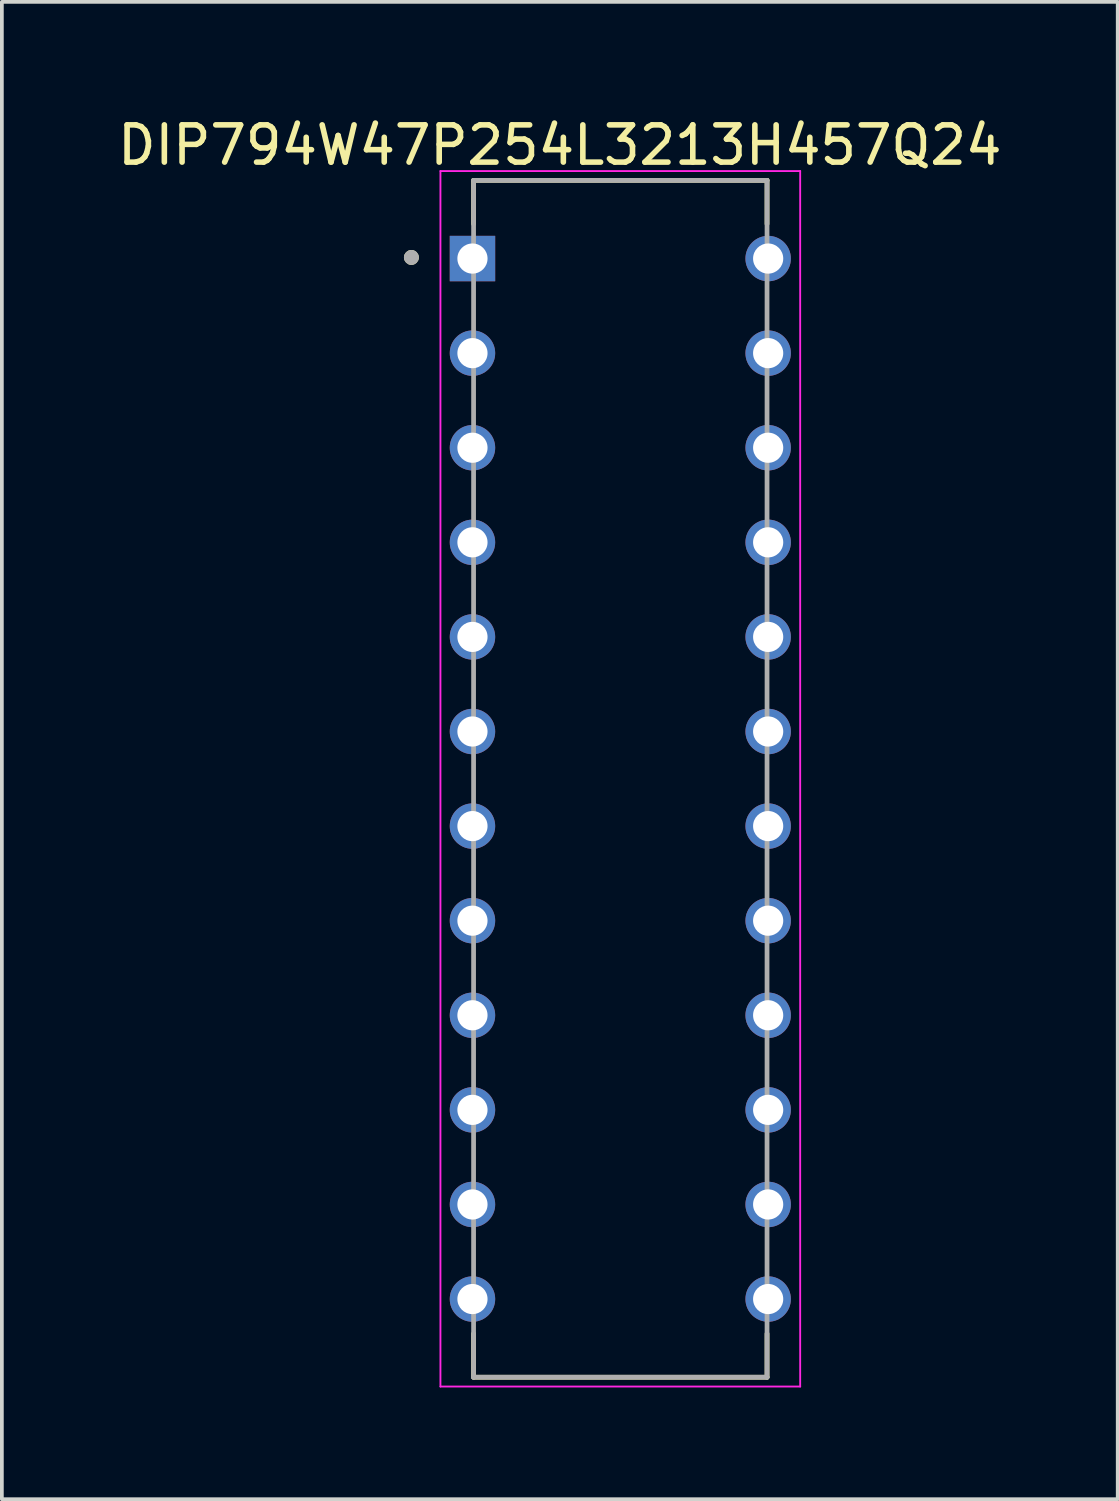
<source format=kicad_pcb>
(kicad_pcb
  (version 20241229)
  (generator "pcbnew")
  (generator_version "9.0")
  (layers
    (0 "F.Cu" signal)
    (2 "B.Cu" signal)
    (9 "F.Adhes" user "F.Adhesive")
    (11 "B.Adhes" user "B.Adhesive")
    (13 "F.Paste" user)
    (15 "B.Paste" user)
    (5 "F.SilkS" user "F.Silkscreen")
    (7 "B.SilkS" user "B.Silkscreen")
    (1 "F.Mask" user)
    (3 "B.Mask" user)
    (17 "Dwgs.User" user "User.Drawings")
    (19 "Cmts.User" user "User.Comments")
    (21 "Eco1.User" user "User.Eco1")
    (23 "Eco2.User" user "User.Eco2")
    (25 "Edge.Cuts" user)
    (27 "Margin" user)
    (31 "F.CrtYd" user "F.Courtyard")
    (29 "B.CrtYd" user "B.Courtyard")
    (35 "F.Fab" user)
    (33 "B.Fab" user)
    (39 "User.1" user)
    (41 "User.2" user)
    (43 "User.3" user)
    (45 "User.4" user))
  (footprint "DIP794W47P254L3213H457Q24"
    (layer "F.Cu")
    (at 13.607 17.863)
    (property "Reference" "DIP794W47P254L3213H457Q24" (at -1.625 -17.015 0) (layer "F.SilkS") (effects (font (size 1 1) (thickness 0.15))))
    (attr through_hole)
    (fp_line (start -3.94 -16.07) (end 3.94 -16.07) (stroke (width 0.127) (type solid)) (layer "F.SilkS"))
    (fp_line (start -3.94 -14.9) (end -3.94 -16.07) (stroke (width 0.127) (type solid)) (layer "F.SilkS"))
    (fp_line (start -3.94 16.07) (end -3.94 14.9) (stroke (width 0.127) (type solid)) (layer "F.SilkS"))
    (fp_line (start 3.94 -16.07) (end 3.94 -14.9) (stroke (width 0.127) (type solid)) (layer "F.SilkS"))
    (fp_line (start 3.94 14.9) (end 3.94 16.07) (stroke (width 0.127) (type solid)) (layer "F.SilkS"))
    (fp_line (start 3.94 16.07) (end -3.94 16.07) (stroke (width 0.127) (type solid)) (layer "F.SilkS"))
    (fp_circle (center -5.61 -14) (end -5.51 -14) (stroke (width 0.2) (type solid)) (fill no) (layer "F.SilkS"))
    (fp_line (start -4.83 -16.32) (end 4.83 -16.32) (stroke (width 0.05) (type solid)) (layer "F.CrtYd"))
    (fp_line (start -4.83 16.32) (end -4.83 -16.32) (stroke (width 0.05) (type solid)) (layer "F.CrtYd"))
    (fp_line (start 4.83 -16.32) (end 4.83 16.32) (stroke (width 0.05) (type solid)) (layer "F.CrtYd"))
    (fp_line (start 4.83 16.32) (end -4.83 16.32) (stroke (width 0.05) (type solid)) (layer "F.CrtYd"))
    (fp_line (start -3.94 -16.07) (end -3.94 16.07) (stroke (width 0.127) (type solid)) (layer "F.Fab"))
    (fp_line (start -3.94 16.07) (end 3.94 16.07) (stroke (width 0.127) (type solid)) (layer "F.Fab"))
    (fp_line (start 3.94 -16.07) (end -3.94 -16.07) (stroke (width 0.127) (type solid)) (layer "F.Fab"))
    (fp_line (start 3.94 16.07) (end 3.94 -16.07) (stroke (width 0.127) (type solid)) (layer "F.Fab"))
    (fp_circle (center -5.61 -14) (end -5.51 -14) (stroke (width 0.2) (type solid)) (fill no) (layer "F.Fab"))
    (pad "1" thru_hole rect (at -3.97 -13.97) (size 1.22 1.22) (drill 0.81) (layers "*.Cu" "*.Mask"))
    (pad "2" thru_hole circle (at -3.97 -11.43) (size 1.22 1.22) (drill 0.81) (layers "*.Cu" "*.Mask"))
    (pad "3" thru_hole circle (at -3.97 -8.89) (size 1.22 1.22) (drill 0.81) (layers "*.Cu" "*.Mask"))
    (pad "4" thru_hole circle (at -3.97 -6.35) (size 1.22 1.22) (drill 0.81) (layers "*.Cu" "*.Mask"))
    (pad "5" thru_hole circle (at -3.97 -3.81) (size 1.22 1.22) (drill 0.81) (layers "*.Cu" "*.Mask"))
    (pad "6" thru_hole circle (at -3.97 -1.27) (size 1.22 1.22) (drill 0.81) (layers "*.Cu" "*.Mask"))
    (pad "7" thru_hole circle (at -3.97 1.27) (size 1.22 1.22) (drill 0.81) (layers "*.Cu" "*.Mask"))
    (pad "8" thru_hole circle (at -3.97 3.81) (size 1.22 1.22) (drill 0.81) (layers "*.Cu" "*.Mask"))
    (pad "9" thru_hole circle (at -3.97 6.35) (size 1.22 1.22) (drill 0.81) (layers "*.Cu" "*.Mask"))
    (pad "10" thru_hole circle (at -3.97 8.89) (size 1.22 1.22) (drill 0.81) (layers "*.Cu" "*.Mask"))
    (pad "11" thru_hole circle (at -3.97 11.43) (size 1.22 1.22) (drill 0.81) (layers "*.Cu" "*.Mask"))
    (pad "12" thru_hole circle (at -3.97 13.97) (size 1.22 1.22) (drill 0.81) (layers "*.Cu" "*.Mask"))
    (pad "13" thru_hole circle (at 3.97 13.97) (size 1.22 1.22) (drill 0.81) (layers "*.Cu" "*.Mask"))
    (pad "14" thru_hole circle (at 3.97 11.43) (size 1.22 1.22) (drill 0.81) (layers "*.Cu" "*.Mask"))
    (pad "15" thru_hole circle (at 3.97 8.89) (size 1.22 1.22) (drill 0.81) (layers "*.Cu" "*.Mask"))
    (pad "16" thru_hole circle (at 3.97 6.35) (size 1.22 1.22) (drill 0.81) (layers "*.Cu" "*.Mask"))
    (pad "17" thru_hole circle (at 3.97 3.81) (size 1.22 1.22) (drill 0.81) (layers "*.Cu" "*.Mask"))
    (pad "18" thru_hole circle (at 3.97 1.27) (size 1.22 1.22) (drill 0.81) (layers "*.Cu" "*.Mask"))
    (pad "19" thru_hole circle (at 3.97 -1.27) (size 1.22 1.22) (drill 0.81) (layers "*.Cu" "*.Mask"))
    (pad "20" thru_hole circle (at 3.97 -3.81) (size 1.22 1.22) (drill 0.81) (layers "*.Cu" "*.Mask"))
    (pad "21" thru_hole circle (at 3.97 -6.35) (size 1.22 1.22) (drill 0.81) (layers "*.Cu" "*.Mask"))
    (pad "22" thru_hole circle (at 3.97 -8.89) (size 1.22 1.22) (drill 0.81) (layers "*.Cu" "*.Mask"))
    (pad "23" thru_hole circle (at 3.97 -11.43) (size 1.22 1.22) (drill 0.81) (layers "*.Cu" "*.Mask"))
    (pad "24" thru_hole circle (at 3.97 -13.97) (size 1.22 1.22) (drill 0.81) (layers "*.Cu" "*.Mask")))
  (gr_rect
    (start -3 -3)
    (end 26.964 37.208)
    (stroke (width 0.1) (type default))
    (fill no)
    (layer "Edge.Cuts")))
</source>
